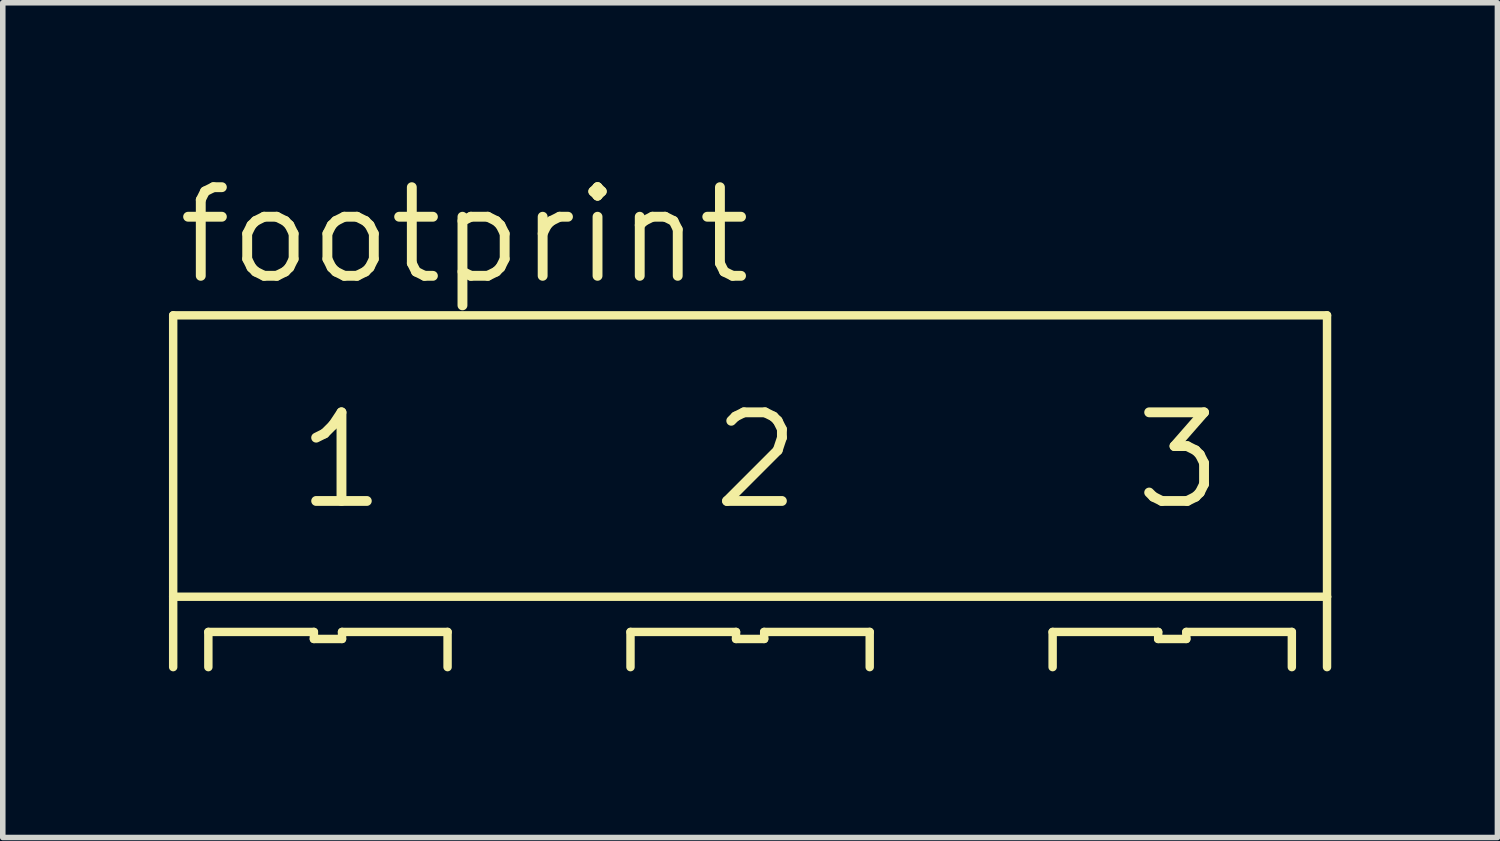
<source format=kicad_pcb>
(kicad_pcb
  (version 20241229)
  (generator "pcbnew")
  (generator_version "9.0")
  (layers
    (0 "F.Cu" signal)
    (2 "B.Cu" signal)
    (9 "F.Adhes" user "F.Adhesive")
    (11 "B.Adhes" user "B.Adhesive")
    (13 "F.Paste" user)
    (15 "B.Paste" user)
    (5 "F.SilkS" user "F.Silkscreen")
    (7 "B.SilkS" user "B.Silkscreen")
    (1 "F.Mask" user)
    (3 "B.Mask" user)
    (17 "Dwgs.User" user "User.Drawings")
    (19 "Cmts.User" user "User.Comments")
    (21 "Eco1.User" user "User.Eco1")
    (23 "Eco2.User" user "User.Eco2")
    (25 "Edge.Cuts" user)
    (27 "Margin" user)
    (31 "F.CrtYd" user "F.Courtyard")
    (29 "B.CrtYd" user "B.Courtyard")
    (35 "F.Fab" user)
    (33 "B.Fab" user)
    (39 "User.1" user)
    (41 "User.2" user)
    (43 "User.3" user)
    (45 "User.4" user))
  (footprint "footprint"
    (layer "F.Cu")
    (at 10.49 6.198)
    (property "Reference" "footprint" (at -10.414 -4.064 0) (layer "F.SilkS") (effects (font (size 1.6 1.6) (thickness 0.178)) (justify left bottom)))
    (fp_line (start -10.414 -3.556) (end 10.414 -3.556) (stroke (width 0.152) (type solid)) (layer "F.SilkS"))
    (fp_line (start -10.414 1.524) (end -10.414 -3.556) (stroke (width 0.152) (type solid)) (layer "F.SilkS"))
    (fp_line (start -10.414 1.524) (end 10.414 1.524) (stroke (width 0.152) (type solid)) (layer "F.SilkS"))
    (fp_line (start -10.414 2.794) (end -10.414 1.524) (stroke (width 0.152) (type solid)) (layer "F.SilkS"))
    (fp_line (start -9.779 2.159) (end -9.779 2.794) (stroke (width 0.152) (type solid)) (layer "F.SilkS"))
    (fp_line (start -7.874 2.159) (end -9.779 2.159) (stroke (width 0.152) (type solid)) (layer "F.SilkS"))
    (fp_line (start -7.874 2.286) (end -7.874 2.159) (stroke (width 0.152) (type solid)) (layer "F.SilkS"))
    (fp_line (start -7.366 2.159) (end -7.366 2.286) (stroke (width 0.152) (type solid)) (layer "F.SilkS"))
    (fp_line (start -7.366 2.286) (end -7.874 2.286) (stroke (width 0.152) (type solid)) (layer "F.SilkS"))
    (fp_line (start -5.461 2.159) (end -7.366 2.159) (stroke (width 0.152) (type solid)) (layer "F.SilkS"))
    (fp_line (start -5.461 2.794) (end -5.461 2.159) (stroke (width 0.152) (type solid)) (layer "F.SilkS"))
    (fp_line (start -2.159 2.159) (end -2.159 2.794) (stroke (width 0.152) (type solid)) (layer "F.SilkS"))
    (fp_line (start -0.254 2.159) (end -2.159 2.159) (stroke (width 0.152) (type solid)) (layer "F.SilkS"))
    (fp_line (start -0.254 2.286) (end -0.254 2.159) (stroke (width 0.152) (type solid)) (layer "F.SilkS"))
    (fp_line (start 0.254 2.159) (end 0.254 2.286) (stroke (width 0.152) (type solid)) (layer "F.SilkS"))
    (fp_line (start 0.254 2.286) (end -0.254 2.286) (stroke (width 0.152) (type solid)) (layer "F.SilkS"))
    (fp_line (start 2.159 2.159) (end 0.254 2.159) (stroke (width 0.152) (type solid)) (layer "F.SilkS"))
    (fp_line (start 2.159 2.794) (end 2.159 2.159) (stroke (width 0.152) (type solid)) (layer "F.SilkS"))
    (fp_line (start 5.461 2.159) (end 5.461 2.794) (stroke (width 0.152) (type solid)) (layer "F.SilkS"))
    (fp_line (start 7.366 2.159) (end 5.461 2.159) (stroke (width 0.152) (type solid)) (layer "F.SilkS"))
    (fp_line (start 7.366 2.286) (end 7.366 2.159) (stroke (width 0.152) (type solid)) (layer "F.SilkS"))
    (fp_line (start 7.874 2.159) (end 7.874 2.286) (stroke (width 0.152) (type solid)) (layer "F.SilkS"))
    (fp_line (start 7.874 2.286) (end 7.366 2.286) (stroke (width 0.152) (type solid)) (layer "F.SilkS"))
    (fp_line (start 9.779 2.159) (end 7.874 2.159) (stroke (width 0.152) (type solid)) (layer "F.SilkS"))
    (fp_line (start 9.779 2.794) (end 9.779 2.159) (stroke (width 0.152) (type solid)) (layer "F.SilkS"))
    (fp_line (start 10.414 -3.556) (end 10.414 1.524) (stroke (width 0.152) (type solid)) (layer "F.SilkS"))
    (fp_line (start 10.414 1.524) (end 10.414 2.794) (stroke (width 0.152) (type solid)) (layer "F.SilkS"))
    (fp_text user "2" (at -0.762 0 0) (layer "F.SilkS") (effects (font (size 1.6 1.6) (thickness 0.178)) (justify left bottom)))
    (fp_text user "3" (at 6.858 0 0) (layer "F.SilkS") (effects (font (size 1.6 1.6) (thickness 0.178)) (justify left bottom)))
    (fp_text user "1" (at -8.255 0 0) (layer "F.SilkS") (effects (font (size 1.6 1.6) (thickness 0.178)) (justify left bottom))))
  (gr_rect
    (start -3 -3)
    (end 23.98 12.068)
    (stroke (width 0.1) (type default))
    (fill no)
    (layer "Edge.Cuts")))
</source>
